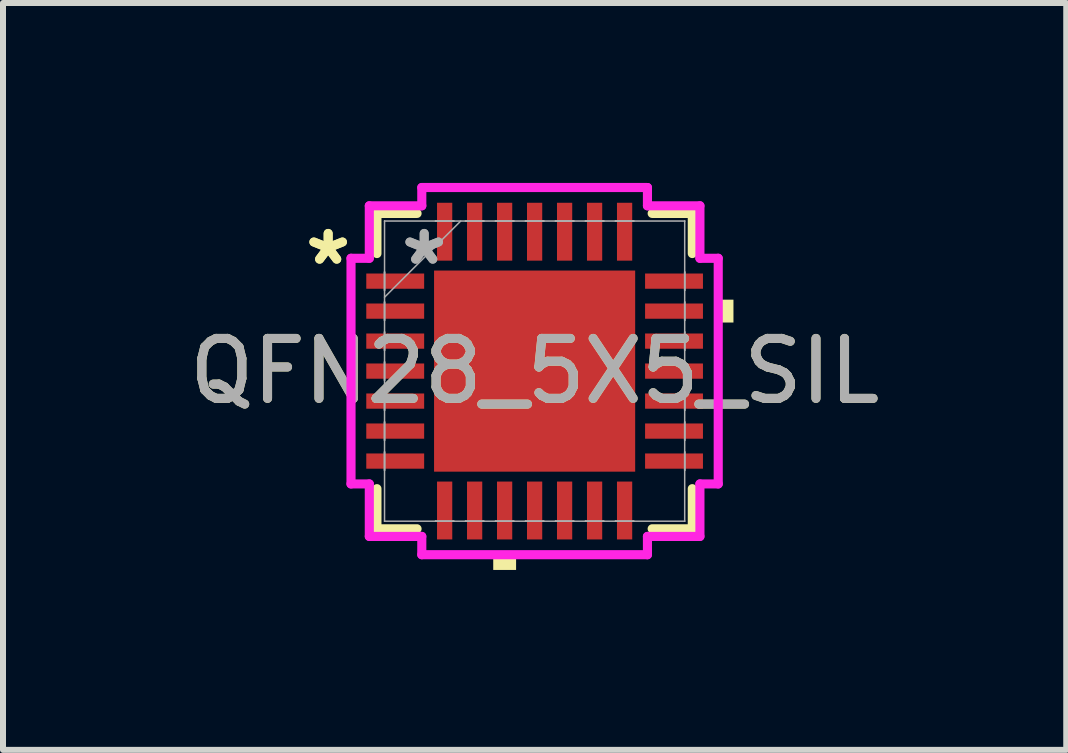
<source format=kicad_pcb>
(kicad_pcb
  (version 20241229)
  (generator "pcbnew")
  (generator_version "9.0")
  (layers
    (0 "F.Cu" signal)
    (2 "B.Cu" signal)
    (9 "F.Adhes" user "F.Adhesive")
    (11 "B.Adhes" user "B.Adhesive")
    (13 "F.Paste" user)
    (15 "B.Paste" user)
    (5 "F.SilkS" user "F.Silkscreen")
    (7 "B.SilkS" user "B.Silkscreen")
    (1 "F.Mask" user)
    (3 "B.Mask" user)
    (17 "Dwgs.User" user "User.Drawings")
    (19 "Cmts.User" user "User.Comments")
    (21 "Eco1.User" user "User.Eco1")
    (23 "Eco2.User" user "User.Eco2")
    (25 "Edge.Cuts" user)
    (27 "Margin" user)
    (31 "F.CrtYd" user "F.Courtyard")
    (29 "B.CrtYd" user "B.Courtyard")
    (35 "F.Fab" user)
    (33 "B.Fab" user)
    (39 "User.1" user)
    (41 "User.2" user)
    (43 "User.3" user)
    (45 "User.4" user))
  (footprint "QFN28_5X5_SIL"
    (layer "F.Cu")
    (at 5.863 3.137)
    (property "Reference" "QFN28_5X5_SIL" (at 0 0 0) (unlocked yes) (layer "F.SilkS") (effects (font (size 1 1) (thickness 0.15))))
    (attr smd)
    (fp_line (start -2.629 -2.629) (end -2.629 -1.96) (stroke (width 0.152) (type solid)) (layer "F.SilkS"))
    (fp_line (start -2.629 1.96) (end -2.629 2.629) (stroke (width 0.152) (type solid)) (layer "F.SilkS"))
    (fp_line (start -2.629 2.629) (end -1.96 2.629) (stroke (width 0.152) (type solid)) (layer "F.SilkS"))
    (fp_line (start -1.96 -2.629) (end -2.629 -2.629) (stroke (width 0.152) (type solid)) (layer "F.SilkS"))
    (fp_line (start 1.96 2.629) (end 2.629 2.629) (stroke (width 0.152) (type solid)) (layer "F.SilkS"))
    (fp_line (start 2.629 -2.629) (end 1.96 -2.629) (stroke (width 0.152) (type solid)) (layer "F.SilkS"))
    (fp_line (start 2.629 -1.96) (end 2.629 -2.629) (stroke (width 0.152) (type solid)) (layer "F.SilkS"))
    (fp_line (start 2.629 2.629) (end 2.629 1.96) (stroke (width 0.152) (type solid)) (layer "F.SilkS"))
    (fp_poly (pts (xy -0.69 3.061) (xy -0.69 3.315) (xy -0.309 3.315) (xy -0.309 3.061)) (stroke (width 0) (type solid)) (fill yes) (layer "F.SilkS"))
    (fp_poly (pts (xy 3.315 -1.191) (xy 3.315 -0.81) (xy 3.061 -0.81) (xy 3.061 -1.191)) (stroke (width 0) (type solid)) (fill yes) (layer "F.SilkS"))
    (fp_poly (pts (xy -1.576 -1.576) (xy -1.576 -0.1) (xy -0.1 -0.1) (xy -0.1 -1.576)) (stroke (width 0) (type solid)) (fill yes) (layer "F.Paste"))
    (fp_poly (pts (xy -1.576 0.1) (xy -1.576 1.576) (xy -0.1 1.576) (xy -0.1 0.1)) (stroke (width 0) (type solid)) (fill yes) (layer "F.Paste"))
    (fp_poly (pts (xy 0.1 -1.576) (xy 0.1 -0.1) (xy 1.576 -0.1) (xy 1.576 -1.576)) (stroke (width 0) (type solid)) (fill yes) (layer "F.Paste"))
    (fp_poly (pts (xy 0.1 0.1) (xy 0.1 1.576) (xy 1.576 1.576) (xy 1.576 0.1)) (stroke (width 0) (type solid)) (fill yes) (layer "F.Paste"))
    (fp_line (start -3.061 -1.881) (end -2.756 -1.881) (stroke (width 0.152) (type solid)) (layer "F.CrtYd"))
    (fp_line (start -3.061 1.881) (end -3.061 -1.881) (stroke (width 0.152) (type solid)) (layer "F.CrtYd"))
    (fp_line (start -2.756 -2.756) (end -1.881 -2.756) (stroke (width 0.152) (type solid)) (layer "F.CrtYd"))
    (fp_line (start -2.756 -1.881) (end -2.756 -2.756) (stroke (width 0.152) (type solid)) (layer "F.CrtYd"))
    (fp_line (start -2.756 1.881) (end -3.061 1.881) (stroke (width 0.152) (type solid)) (layer "F.CrtYd"))
    (fp_line (start -2.756 2.756) (end -2.756 1.881) (stroke (width 0.152) (type solid)) (layer "F.CrtYd"))
    (fp_line (start -1.881 -3.061) (end 1.881 -3.061) (stroke (width 0.152) (type solid)) (layer "F.CrtYd"))
    (fp_line (start -1.881 -2.756) (end -1.881 -3.061) (stroke (width 0.152) (type solid)) (layer "F.CrtYd"))
    (fp_line (start -1.881 2.756) (end -2.756 2.756) (stroke (width 0.152) (type solid)) (layer "F.CrtYd"))
    (fp_line (start -1.881 3.061) (end -1.881 2.756) (stroke (width 0.152) (type solid)) (layer "F.CrtYd"))
    (fp_line (start 1.881 -3.061) (end 1.881 -2.756) (stroke (width 0.152) (type solid)) (layer "F.CrtYd"))
    (fp_line (start 1.881 -2.756) (end 2.756 -2.756) (stroke (width 0.152) (type solid)) (layer "F.CrtYd"))
    (fp_line (start 1.881 2.756) (end 1.881 3.061) (stroke (width 0.152) (type solid)) (layer "F.CrtYd"))
    (fp_line (start 1.881 3.061) (end -1.881 3.061) (stroke (width 0.152) (type solid)) (layer "F.CrtYd"))
    (fp_line (start 2.756 -2.756) (end 2.756 -1.881) (stroke (width 0.152) (type solid)) (layer "F.CrtYd"))
    (fp_line (start 2.756 -1.881) (end 3.061 -1.881) (stroke (width 0.152) (type solid)) (layer "F.CrtYd"))
    (fp_line (start 2.756 1.881) (end 2.756 2.756) (stroke (width 0.152) (type solid)) (layer "F.CrtYd"))
    (fp_line (start 2.756 2.756) (end 1.881 2.756) (stroke (width 0.152) (type solid)) (layer "F.CrtYd"))
    (fp_line (start 3.061 -1.881) (end 3.061 1.881) (stroke (width 0.152) (type solid)) (layer "F.CrtYd"))
    (fp_line (start 3.061 1.881) (end 2.756 1.881) (stroke (width 0.152) (type solid)) (layer "F.CrtYd"))
    (fp_line (start -2.502 -2.502) (end -2.502 -2.502) (stroke (width 0.025) (type solid)) (layer "F.Fab"))
    (fp_line (start -2.502 -2.502) (end -2.502 2.502) (stroke (width 0.025) (type solid)) (layer "F.Fab"))
    (fp_line (start -2.502 -1.652) (end -2.502 -1.652) (stroke (width 0.025) (type solid)) (layer "F.Fab"))
    (fp_line (start -2.502 -1.652) (end -2.502 -1.348) (stroke (width 0.025) (type solid)) (layer "F.Fab"))
    (fp_line (start -2.502 -1.348) (end -2.502 -1.652) (stroke (width 0.025) (type solid)) (layer "F.Fab"))
    (fp_line (start -2.502 -1.348) (end -2.502 -1.348) (stroke (width 0.025) (type solid)) (layer "F.Fab"))
    (fp_line (start -2.502 -1.232) (end -1.232 -2.502) (stroke (width 0.025) (type solid)) (layer "F.Fab"))
    (fp_line (start -2.502 -1.152) (end -2.502 -1.152) (stroke (width 0.025) (type solid)) (layer "F.Fab"))
    (fp_line (start -2.502 -1.152) (end -2.502 -0.848) (stroke (width 0.025) (type solid)) (layer "F.Fab"))
    (fp_line (start -2.502 -0.848) (end -2.502 -1.152) (stroke (width 0.025) (type solid)) (layer "F.Fab"))
    (fp_line (start -2.502 -0.848) (end -2.502 -0.848) (stroke (width 0.025) (type solid)) (layer "F.Fab"))
    (fp_line (start -2.502 -0.652) (end -2.502 -0.652) (stroke (width 0.025) (type solid)) (layer "F.Fab"))
    (fp_line (start -2.502 -0.652) (end -2.502 -0.348) (stroke (width 0.025) (type solid)) (layer "F.Fab"))
    (fp_line (start -2.502 -0.348) (end -2.502 -0.652) (stroke (width 0.025) (type solid)) (layer "F.Fab"))
    (fp_line (start -2.502 -0.348) (end -2.502 -0.348) (stroke (width 0.025) (type solid)) (layer "F.Fab"))
    (fp_line (start -2.502 -0.152) (end -2.502 -0.152) (stroke (width 0.025) (type solid)) (layer "F.Fab"))
    (fp_line (start -2.502 -0.152) (end -2.502 0.152) (stroke (width 0.025) (type solid)) (layer "F.Fab"))
    (fp_line (start -2.502 0.152) (end -2.502 -0.152) (stroke (width 0.025) (type solid)) (layer "F.Fab"))
    (fp_line (start -2.502 0.152) (end -2.502 0.152) (stroke (width 0.025) (type solid)) (layer "F.Fab"))
    (fp_line (start -2.502 0.348) (end -2.502 0.348) (stroke (width 0.025) (type solid)) (layer "F.Fab"))
    (fp_line (start -2.502 0.348) (end -2.502 0.652) (stroke (width 0.025) (type solid)) (layer "F.Fab"))
    (fp_line (start -2.502 0.652) (end -2.502 0.348) (stroke (width 0.025) (type solid)) (layer "F.Fab"))
    (fp_line (start -2.502 0.652) (end -2.502 0.652) (stroke (width 0.025) (type solid)) (layer "F.Fab"))
    (fp_line (start -2.502 0.848) (end -2.502 0.848) (stroke (width 0.025) (type solid)) (layer "F.Fab"))
    (fp_line (start -2.502 0.848) (end -2.502 1.152) (stroke (width 0.025) (type solid)) (layer "F.Fab"))
    (fp_line (start -2.502 1.152) (end -2.502 0.848) (stroke (width 0.025) (type solid)) (layer "F.Fab"))
    (fp_line (start -2.502 1.152) (end -2.502 1.152) (stroke (width 0.025) (type solid)) (layer "F.Fab"))
    (fp_line (start -2.502 1.348) (end -2.502 1.348) (stroke (width 0.025) (type solid)) (layer "F.Fab"))
    (fp_line (start -2.502 1.348) (end -2.502 1.652) (stroke (width 0.025) (type solid)) (layer "F.Fab"))
    (fp_line (start -2.502 1.652) (end -2.502 1.348) (stroke (width 0.025) (type solid)) (layer "F.Fab"))
    (fp_line (start -2.502 1.652) (end -2.502 1.652) (stroke (width 0.025) (type solid)) (layer "F.Fab"))
    (fp_line (start -2.502 2.502) (end -2.502 2.502) (stroke (width 0.025) (type solid)) (layer "F.Fab"))
    (fp_line (start -2.502 2.502) (end 2.502 2.502) (stroke (width 0.025) (type solid)) (layer "F.Fab"))
    (fp_line (start -1.652 -2.502) (end -1.652 -2.502) (stroke (width 0.025) (type solid)) (layer "F.Fab"))
    (fp_line (start -1.652 -2.502) (end -1.348 -2.502) (stroke (width 0.025) (type solid)) (layer "F.Fab"))
    (fp_line (start -1.652 2.502) (end -1.652 2.502) (stroke (width 0.025) (type solid)) (layer "F.Fab"))
    (fp_line (start -1.652 2.502) (end -1.348 2.502) (stroke (width 0.025) (type solid)) (layer "F.Fab"))
    (fp_line (start -1.348 -2.502) (end -1.652 -2.502) (stroke (width 0.025) (type solid)) (layer "F.Fab"))
    (fp_line (start -1.348 -2.502) (end -1.348 -2.502) (stroke (width 0.025) (type solid)) (layer "F.Fab"))
    (fp_line (start -1.348 2.502) (end -1.652 2.502) (stroke (width 0.025) (type solid)) (layer "F.Fab"))
    (fp_line (start -1.348 2.502) (end -1.348 2.502) (stroke (width 0.025) (type solid)) (layer "F.Fab"))
    (fp_line (start -1.152 -2.502) (end -1.152 -2.502) (stroke (width 0.025) (type solid)) (layer "F.Fab"))
    (fp_line (start -1.152 -2.502) (end -0.848 -2.502) (stroke (width 0.025) (type solid)) (layer "F.Fab"))
    (fp_line (start -1.152 2.502) (end -1.152 2.502) (stroke (width 0.025) (type solid)) (layer "F.Fab"))
    (fp_line (start -1.152 2.502) (end -0.848 2.502) (stroke (width 0.025) (type solid)) (layer "F.Fab"))
    (fp_line (start -0.848 -2.502) (end -1.152 -2.502) (stroke (width 0.025) (type solid)) (layer "F.Fab"))
    (fp_line (start -0.848 -2.502) (end -0.848 -2.502) (stroke (width 0.025) (type solid)) (layer "F.Fab"))
    (fp_line (start -0.848 2.502) (end -1.152 2.502) (stroke (width 0.025) (type solid)) (layer "F.Fab"))
    (fp_line (start -0.848 2.502) (end -0.848 2.502) (stroke (width 0.025) (type solid)) (layer "F.Fab"))
    (fp_line (start -0.652 -2.502) (end -0.652 -2.502) (stroke (width 0.025) (type solid)) (layer "F.Fab"))
    (fp_line (start -0.652 -2.502) (end -0.348 -2.502) (stroke (width 0.025) (type solid)) (layer "F.Fab"))
    (fp_line (start -0.652 2.502) (end -0.652 2.502) (stroke (width 0.025) (type solid)) (layer "F.Fab"))
    (fp_line (start -0.652 2.502) (end -0.348 2.502) (stroke (width 0.025) (type solid)) (layer "F.Fab"))
    (fp_line (start -0.348 -2.502) (end -0.652 -2.502) (stroke (width 0.025) (type solid)) (layer "F.Fab"))
    (fp_line (start -0.348 -2.502) (end -0.348 -2.502) (stroke (width 0.025) (type solid)) (layer "F.Fab"))
    (fp_line (start -0.348 2.502) (end -0.652 2.502) (stroke (width 0.025) (type solid)) (layer "F.Fab"))
    (fp_line (start -0.348 2.502) (end -0.348 2.502) (stroke (width 0.025) (type solid)) (layer "F.Fab"))
    (fp_line (start -0.152 -2.502) (end -0.152 -2.502) (stroke (width 0.025) (type solid)) (layer "F.Fab"))
    (fp_line (start -0.152 -2.502) (end 0.152 -2.502) (stroke (width 0.025) (type solid)) (layer "F.Fab"))
    (fp_line (start -0.152 2.502) (end -0.152 2.502) (stroke (width 0.025) (type solid)) (layer "F.Fab"))
    (fp_line (start -0.152 2.502) (end 0.152 2.502) (stroke (width 0.025) (type solid)) (layer "F.Fab"))
    (fp_line (start 0.152 -2.502) (end -0.152 -2.502) (stroke (width 0.025) (type solid)) (layer "F.Fab"))
    (fp_line (start 0.152 -2.502) (end 0.152 -2.502) (stroke (width 0.025) (type solid)) (layer "F.Fab"))
    (fp_line (start 0.152 2.502) (end -0.152 2.502) (stroke (width 0.025) (type solid)) (layer "F.Fab"))
    (fp_line (start 0.152 2.502) (end 0.152 2.502) (stroke (width 0.025) (type solid)) (layer "F.Fab"))
    (fp_line (start 0.348 -2.502) (end 0.348 -2.502) (stroke (width 0.025) (type solid)) (layer "F.Fab"))
    (fp_line (start 0.348 -2.502) (end 0.652 -2.502) (stroke (width 0.025) (type solid)) (layer "F.Fab"))
    (fp_line (start 0.348 2.502) (end 0.348 2.502) (stroke (width 0.025) (type solid)) (layer "F.Fab"))
    (fp_line (start 0.348 2.502) (end 0.652 2.502) (stroke (width 0.025) (type solid)) (layer "F.Fab"))
    (fp_line (start 0.652 -2.502) (end 0.348 -2.502) (stroke (width 0.025) (type solid)) (layer "F.Fab"))
    (fp_line (start 0.652 -2.502) (end 0.652 -2.502) (stroke (width 0.025) (type solid)) (layer "F.Fab"))
    (fp_line (start 0.652 2.502) (end 0.348 2.502) (stroke (width 0.025) (type solid)) (layer "F.Fab"))
    (fp_line (start 0.652 2.502) (end 0.652 2.502) (stroke (width 0.025) (type solid)) (layer "F.Fab"))
    (fp_line (start 0.848 -2.502) (end 0.848 -2.502) (stroke (width 0.025) (type solid)) (layer "F.Fab"))
    (fp_line (start 0.848 -2.502) (end 1.152 -2.502) (stroke (width 0.025) (type solid)) (layer "F.Fab"))
    (fp_line (start 0.848 2.502) (end 0.848 2.502) (stroke (width 0.025) (type solid)) (layer "F.Fab"))
    (fp_line (start 0.848 2.502) (end 1.152 2.502) (stroke (width 0.025) (type solid)) (layer "F.Fab"))
    (fp_line (start 1.152 -2.502) (end 0.848 -2.502) (stroke (width 0.025) (type solid)) (layer "F.Fab"))
    (fp_line (start 1.152 -2.502) (end 1.152 -2.502) (stroke (width 0.025) (type solid)) (layer "F.Fab"))
    (fp_line (start 1.152 2.502) (end 0.848 2.502) (stroke (width 0.025) (type solid)) (layer "F.Fab"))
    (fp_line (start 1.152 2.502) (end 1.152 2.502) (stroke (width 0.025) (type solid)) (layer "F.Fab"))
    (fp_line (start 1.348 -2.502) (end 1.348 -2.502) (stroke (width 0.025) (type solid)) (layer "F.Fab"))
    (fp_line (start 1.348 -2.502) (end 1.652 -2.502) (stroke (width 0.025) (type solid)) (layer "F.Fab"))
    (fp_line (start 1.348 2.502) (end 1.348 2.502) (stroke (width 0.025) (type solid)) (layer "F.Fab"))
    (fp_line (start 1.348 2.502) (end 1.652 2.502) (stroke (width 0.025) (type solid)) (layer "F.Fab"))
    (fp_line (start 1.652 -2.502) (end 1.348 -2.502) (stroke (width 0.025) (type solid)) (layer "F.Fab"))
    (fp_line (start 1.652 -2.502) (end 1.652 -2.502) (stroke (width 0.025) (type solid)) (layer "F.Fab"))
    (fp_line (start 1.652 2.502) (end 1.348 2.502) (stroke (width 0.025) (type solid)) (layer "F.Fab"))
    (fp_line (start 1.652 2.502) (end 1.652 2.502) (stroke (width 0.025) (type solid)) (layer "F.Fab"))
    (fp_line (start 2.502 -2.502) (end -2.502 -2.502) (stroke (width 0.025) (type solid)) (layer "F.Fab"))
    (fp_line (start 2.502 -2.502) (end 2.502 -2.502) (stroke (width 0.025) (type solid)) (layer "F.Fab"))
    (fp_line (start 2.502 -1.652) (end 2.502 -1.652) (stroke (width 0.025) (type solid)) (layer "F.Fab"))
    (fp_line (start 2.502 -1.652) (end 2.502 -1.348) (stroke (width 0.025) (type solid)) (layer "F.Fab"))
    (fp_line (start 2.502 -1.348) (end 2.502 -1.652) (stroke (width 0.025) (type solid)) (layer "F.Fab"))
    (fp_line (start 2.502 -1.348) (end 2.502 -1.348) (stroke (width 0.025) (type solid)) (layer "F.Fab"))
    (fp_line (start 2.502 -1.152) (end 2.502 -1.152) (stroke (width 0.025) (type solid)) (layer "F.Fab"))
    (fp_line (start 2.502 -1.152) (end 2.502 -0.848) (stroke (width 0.025) (type solid)) (layer "F.Fab"))
    (fp_line (start 2.502 -0.848) (end 2.502 -1.152) (stroke (width 0.025) (type solid)) (layer "F.Fab"))
    (fp_line (start 2.502 -0.848) (end 2.502 -0.848) (stroke (width 0.025) (type solid)) (layer "F.Fab"))
    (fp_line (start 2.502 -0.652) (end 2.502 -0.652) (stroke (width 0.025) (type solid)) (layer "F.Fab"))
    (fp_line (start 2.502 -0.652) (end 2.502 -0.348) (stroke (width 0.025) (type solid)) (layer "F.Fab"))
    (fp_line (start 2.502 -0.348) (end 2.502 -0.652) (stroke (width 0.025) (type solid)) (layer "F.Fab"))
    (fp_line (start 2.502 -0.348) (end 2.502 -0.348) (stroke (width 0.025) (type solid)) (layer "F.Fab"))
    (fp_line (start 2.502 -0.152) (end 2.502 -0.152) (stroke (width 0.025) (type solid)) (layer "F.Fab"))
    (fp_line (start 2.502 -0.152) (end 2.502 0.152) (stroke (width 0.025) (type solid)) (layer "F.Fab"))
    (fp_line (start 2.502 0.152) (end 2.502 -0.152) (stroke (width 0.025) (type solid)) (layer "F.Fab"))
    (fp_line (start 2.502 0.152) (end 2.502 0.152) (stroke (width 0.025) (type solid)) (layer "F.Fab"))
    (fp_line (start 2.502 0.348) (end 2.502 0.348) (stroke (width 0.025) (type solid)) (layer "F.Fab"))
    (fp_line (start 2.502 0.348) (end 2.502 0.652) (stroke (width 0.025) (type solid)) (layer "F.Fab"))
    (fp_line (start 2.502 0.652) (end 2.502 0.348) (stroke (width 0.025) (type solid)) (layer "F.Fab"))
    (fp_line (start 2.502 0.652) (end 2.502 0.652) (stroke (width 0.025) (type solid)) (layer "F.Fab"))
    (fp_line (start 2.502 0.848) (end 2.502 0.848) (stroke (width 0.025) (type solid)) (layer "F.Fab"))
    (fp_line (start 2.502 0.848) (end 2.502 1.152) (stroke (width 0.025) (type solid)) (layer "F.Fab"))
    (fp_line (start 2.502 1.152) (end 2.502 0.848) (stroke (width 0.025) (type solid)) (layer "F.Fab"))
    (fp_line (start 2.502 1.152) (end 2.502 1.152) (stroke (width 0.025) (type solid)) (layer "F.Fab"))
    (fp_line (start 2.502 1.348) (end 2.502 1.348) (stroke (width 0.025) (type solid)) (layer "F.Fab"))
    (fp_line (start 2.502 1.348) (end 2.502 1.652) (stroke (width 0.025) (type solid)) (layer "F.Fab"))
    (fp_line (start 2.502 1.652) (end 2.502 1.348) (stroke (width 0.025) (type solid)) (layer "F.Fab"))
    (fp_line (start 2.502 1.652) (end 2.502 1.652) (stroke (width 0.025) (type solid)) (layer "F.Fab"))
    (fp_line (start 2.502 2.502) (end 2.502 -2.502) (stroke (width 0.025) (type solid)) (layer "F.Fab"))
    (fp_line (start 2.502 2.502) (end 2.502 2.502) (stroke (width 0.025) (type solid)) (layer "F.Fab"))
    (fp_text user "*" (at -3.442 -1.75 0) (layer "F.SilkS") (effects (font (size 1 1) (thickness 0.15))))
    (fp_text user "*" (at -3.442 -1.75 0) (unlocked yes) (layer "F.SilkS") (effects (font (size 1 1) (thickness 0.15))))
    (fp_text user "*" (at -1.841 -1.75 0) (layer "F.Fab") (effects (font (size 1 1) (thickness 0.15))))
    (fp_text user "*" (at -1.841 -1.75 0) (unlocked yes) (layer "F.Fab") (effects (font (size 1 1) (thickness 0.15))))
    (fp_text user "${REFERENCE}" (at 0 0 0) (unlocked yes) (layer "F.Fab") (effects (font (size 1 1) (thickness 0.15))))
    (pad "1" smd rect (at -2.324 -1.5 90) (size 0.254 0.965) (layers "F.Cu" "F.Mask" "F.Paste"))
    (pad "2" smd rect (at -2.324 -1 90) (size 0.254 0.965) (layers "F.Cu" "F.Mask" "F.Paste"))
    (pad "3" smd rect (at -2.324 -0.5 90) (size 0.254 0.965) (layers "F.Cu" "F.Mask" "F.Paste"))
    (pad "4" smd rect (at -2.324 0 90) (size 0.254 0.965) (layers "F.Cu" "F.Mask" "F.Paste"))
    (pad "5" smd rect (at -2.324 0.5 90) (size 0.254 0.965) (layers "F.Cu" "F.Mask" "F.Paste"))
    (pad "6" smd rect (at -2.324 1 90) (size 0.254 0.965) (layers "F.Cu" "F.Mask" "F.Paste"))
    (pad "7" smd rect (at -2.324 1.5 90) (size 0.254 0.965) (layers "F.Cu" "F.Mask" "F.Paste"))
    (pad "8" smd rect (at -1.5 2.324) (size 0.254 0.965) (layers "F.Cu" "F.Mask" "F.Paste"))
    (pad "9" smd rect (at -1 2.324) (size 0.254 0.965) (layers "F.Cu" "F.Mask" "F.Paste"))
    (pad "10" smd rect (at -0.5 2.324) (size 0.254 0.965) (layers "F.Cu" "F.Mask" "F.Paste"))
    (pad "11" smd rect (at 0 2.324) (size 0.254 0.965) (layers "F.Cu" "F.Mask" "F.Paste"))
    (pad "12" smd rect (at 0.5 2.324) (size 0.254 0.965) (layers "F.Cu" "F.Mask" "F.Paste"))
    (pad "13" smd rect (at 1 2.324) (size 0.254 0.965) (layers "F.Cu" "F.Mask" "F.Paste"))
    (pad "14" smd rect (at 1.5 2.324) (size 0.254 0.965) (layers "F.Cu" "F.Mask" "F.Paste"))
    (pad "15" smd rect (at 2.324 1.5 90) (size 0.254 0.965) (layers "F.Cu" "F.Mask" "F.Paste"))
    (pad "16" smd rect (at 2.324 1 90) (size 0.254 0.965) (layers "F.Cu" "F.Mask" "F.Paste"))
    (pad "17" smd rect (at 2.324 0.5 90) (size 0.254 0.965) (layers "F.Cu" "F.Mask" "F.Paste"))
    (pad "18" smd rect (at 2.324 0 90) (size 0.254 0.965) (layers "F.Cu" "F.Mask" "F.Paste"))
    (pad "19" smd rect (at 2.324 -0.5 90) (size 0.254 0.965) (layers "F.Cu" "F.Mask" "F.Paste"))
    (pad "20" smd rect (at 2.324 -1 90) (size 0.254 0.965) (layers "F.Cu" "F.Mask" "F.Paste"))
    (pad "21" smd rect (at 2.324 -1.5 90) (size 0.254 0.965) (layers "F.Cu" "F.Mask" "F.Paste"))
    (pad "22" smd rect (at 1.5 -2.324) (size 0.254 0.965) (layers "F.Cu" "F.Mask" "F.Paste"))
    (pad "23" smd rect (at 1 -2.324) (size 0.254 0.965) (layers "F.Cu" "F.Mask" "F.Paste"))
    (pad "24" smd rect (at 0.5 -2.324) (size 0.254 0.965) (layers "F.Cu" "F.Mask" "F.Paste"))
    (pad "25" smd rect (at 0 -2.324) (size 0.254 0.965) (layers "F.Cu" "F.Mask" "F.Paste"))
    (pad "26" smd rect (at -0.5 -2.324) (size 0.254 0.965) (layers "F.Cu" "F.Mask" "F.Paste"))
    (pad "27" smd rect (at -1 -2.324) (size 0.254 0.965) (layers "F.Cu" "F.Mask" "F.Paste"))
    (pad "28" smd rect (at -1.5 -2.324) (size 0.254 0.965) (layers "F.Cu" "F.Mask" "F.Paste"))
    (pad "29" smd rect (at 0 0) (size 3.353 3.353) (layers "F.Cu" "F.Mask")))
  (gr_rect
    (start -3 -3)
    (end 14.726 9.452)
    (stroke (width 0.1) (type default))
    (fill no)
    (layer "Edge.Cuts")))
</source>
